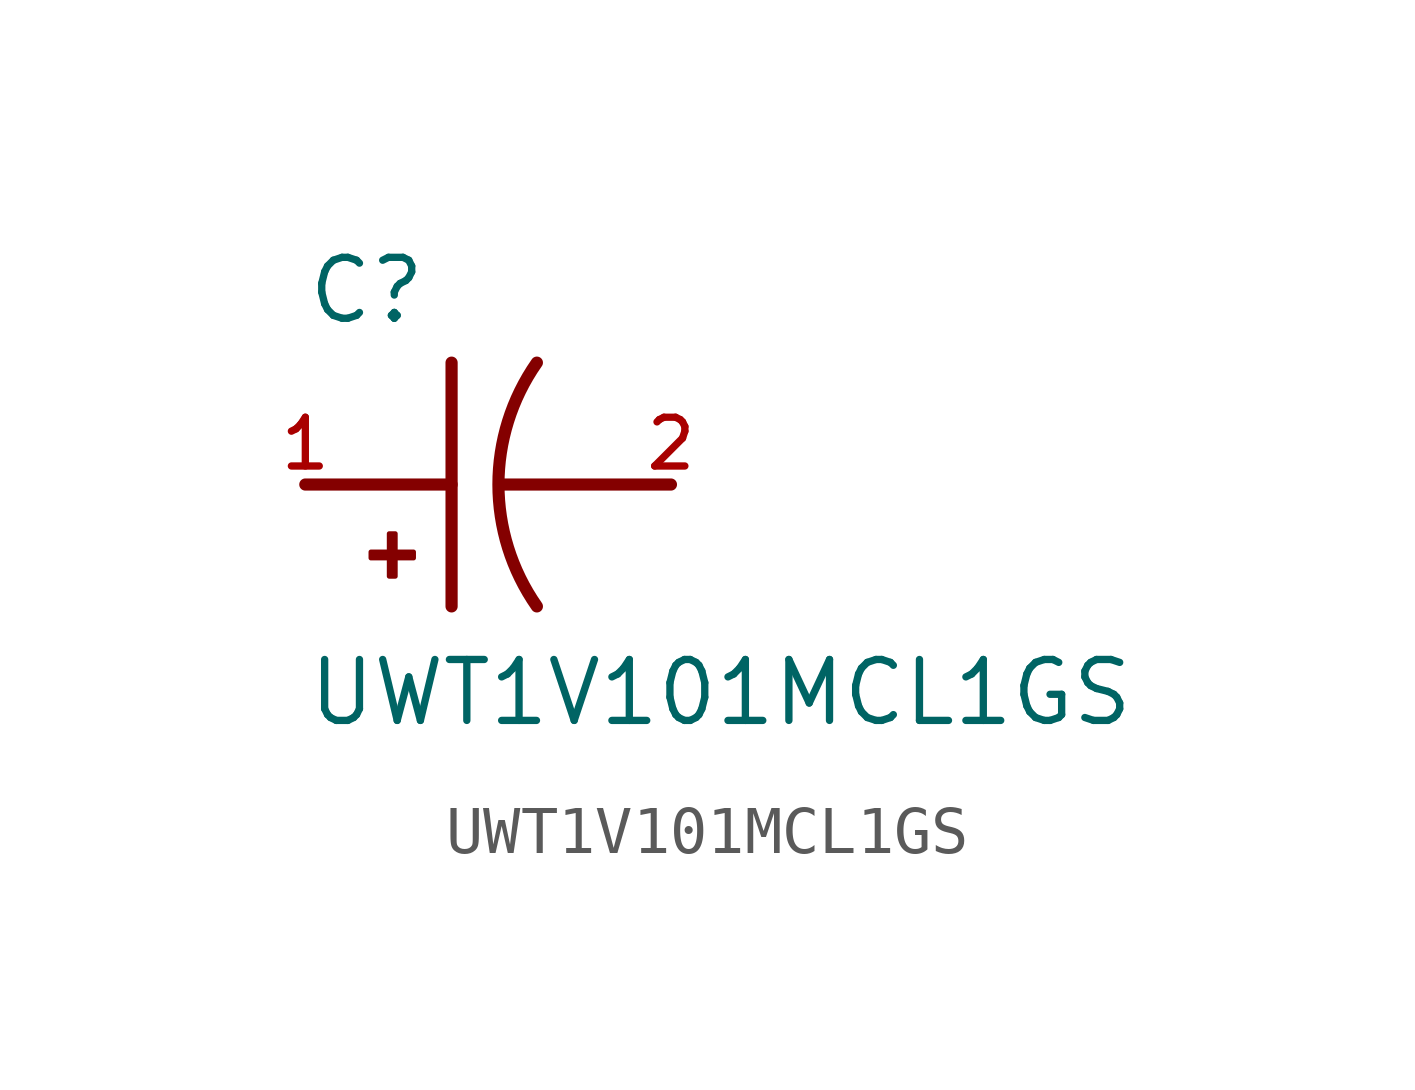
<source format=kicad_sym>
(kicad_symbol_lib
  (version 20211014)
  (generator kicad_symbol_editor)
  (symbol "UWT1V101MCL1GS"
    (pin_names
      (offset 1.016))
    (property "Reference" "C"
      (at -5.08 3.302 0)
      (effects (font (size 1.27 1.27)) (justify bottom left)))
    (property "Value" "UWT1V101MCL1GS"
      (at -5.08 -5.08 0)
      (effects (font (size 1.27 1.27)) (justify bottom left)))
    (symbol "UWT1V101MCL1GS_0_0"
      (arc (start -0.254 -2.54) (mid -1.0549 -0.0) (end -0.254 2.54) (stroke (width 0.254) (type default) (color 0 0 0 0)) (fill (type none)))
      (polyline (pts (xy -1.016 0.0) (xy 2.54 0.0)) (stroke (width 0.254)))
      (polyline (pts (xy -5.08 0.0) (xy -2.032 0.0)) (stroke (width 0.254)))
      (polyline (pts (xy -2.032 2.54) (xy -2.032 -2.54)) (stroke (width 0.254)))
      (rectangle (start -3.713 -1.532) (end -2.824 -1.405) (stroke (width 0.1)) (fill (type outline)))
      (rectangle (start -3.332 -1.913) (end -3.205 -1.024) (stroke (width 0.1)) (fill (type outline)))
      (pin passive line (at -5.08 0.0 0) (length 0) (name "~" (effects (font (size 1.016 1.016)))) (number "1" (effects (font (size 1.016 1.016)))))
      (pin passive line (at 2.54 0.0 180.0) (length 0) (name "~" (effects (font (size 1.016 1.016)))) (number "2" (effects (font (size 1.016 1.016))))))))
</source>
